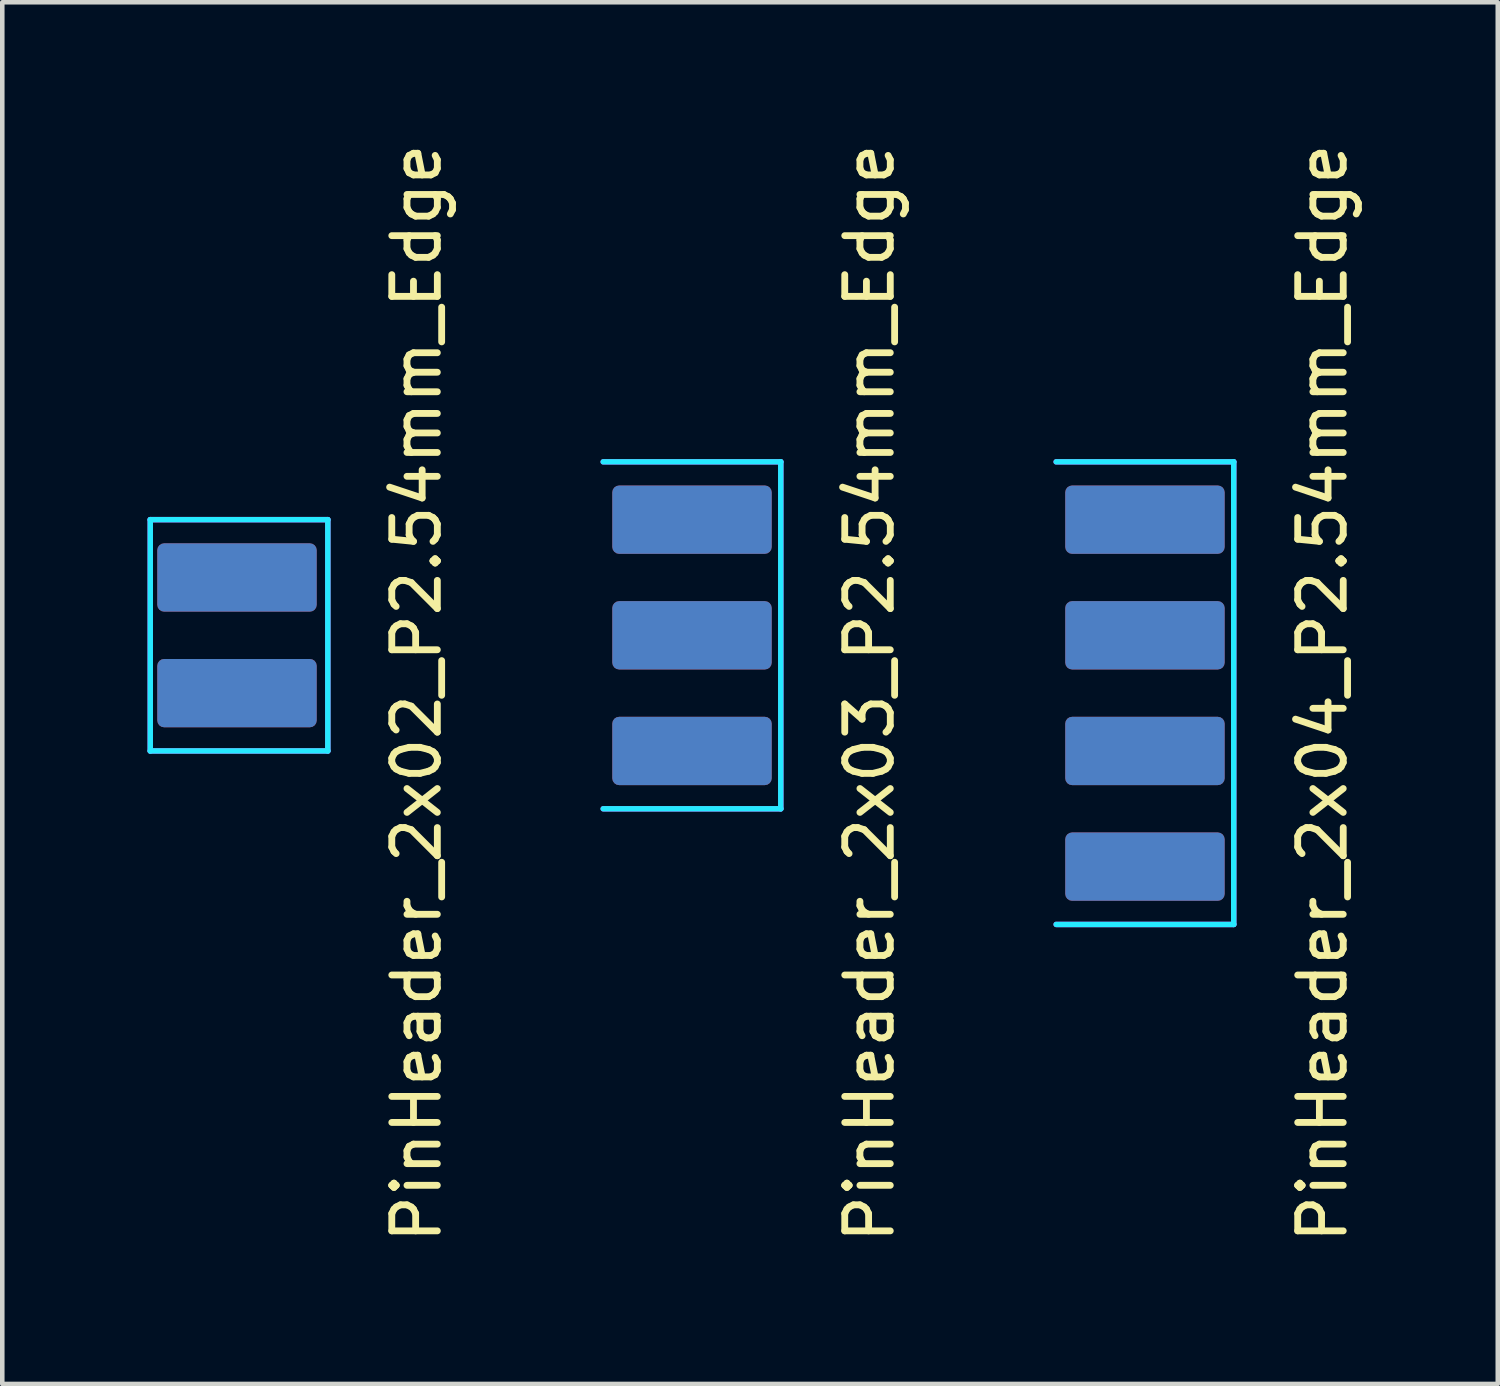
<source format=kicad_pcb>
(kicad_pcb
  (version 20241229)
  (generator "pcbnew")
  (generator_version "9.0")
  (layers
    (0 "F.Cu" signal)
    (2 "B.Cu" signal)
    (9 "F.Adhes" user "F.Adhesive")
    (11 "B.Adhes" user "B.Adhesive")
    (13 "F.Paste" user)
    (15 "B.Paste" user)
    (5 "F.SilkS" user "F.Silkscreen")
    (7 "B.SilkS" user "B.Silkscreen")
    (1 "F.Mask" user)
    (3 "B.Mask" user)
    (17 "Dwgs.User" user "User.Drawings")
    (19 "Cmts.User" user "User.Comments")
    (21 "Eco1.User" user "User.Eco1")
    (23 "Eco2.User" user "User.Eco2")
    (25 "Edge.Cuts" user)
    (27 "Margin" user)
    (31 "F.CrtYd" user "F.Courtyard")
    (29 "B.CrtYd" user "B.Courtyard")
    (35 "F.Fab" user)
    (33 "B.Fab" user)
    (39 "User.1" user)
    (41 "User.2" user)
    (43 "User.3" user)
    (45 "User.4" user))
  (footprint "PinHeader_2x03_P2.54mm_Edge"
    (layer "F.Cu")
    (at 10.198 10.903)
    (property "Reference" "PinHeader_2x03_P2.54mm_Edge" (at 5.85 1.27 90) (unlocked yes) (layer "F.SilkS") (effects (font (size 1 1) (thickness 0.15))))
    (attr smd)
    (fp_line (start 0 -3.81) (end 0 -5.08) (stroke (width 0.12) (type default)) (layer "Eco1.User"))
    (fp_line (start 0 5.08) (end 0 -5.08) (stroke (width 0.12) (type default)) (layer "Eco1.User"))
    (fp_line (start 0 -3.81) (end 3.9 -3.81) (stroke (width 0.12) (type default)) (layer "B.CrtYd"))
    (fp_line (start 3.9 -3.81) (end 3.9 3.81) (stroke (width 0.12) (type default)) (layer "B.CrtYd"))
    (fp_line (start 3.9 3.81) (end 0 3.81) (stroke (width 0.12) (type default)) (layer "B.CrtYd"))
    (fp_line (start 0 -3.81) (end 3.9 -3.81) (stroke (width 0.12) (type default)) (layer "F.CrtYd"))
    (fp_line (start 3.9 -3.81) (end 3.9 3.81) (stroke (width 0.12) (type default)) (layer "F.CrtYd"))
    (fp_line (start 3.9 3.81) (end 0 3.81) (stroke (width 0.12) (type default)) (layer "F.CrtYd"))
    (pad "1" smd roundrect (at 1.95 -2.54) (size 3.5 1.5) (layers "F.Cu" "F.Mask" "F.Paste") (roundrect_rratio 0.1))
    (pad "2" smd roundrect (at 1.95 -2.54) (size 3.5 1.5) (layers "B.Cu" "B.Mask" "B.Paste") (roundrect_rratio 0.1))
    (pad "3" smd roundrect (at 1.95 0) (size 3.5 1.5) (layers "F.Cu" "F.Mask" "F.Paste") (roundrect_rratio 0.1))
    (pad "4" smd roundrect (at 1.95 0) (size 3.5 1.5) (layers "B.Cu" "B.Mask" "B.Paste") (roundrect_rratio 0.1))
    (pad "5" smd roundrect (at 1.95 2.54) (size 3.5 1.5) (layers "F.Cu" "F.Mask" "F.Paste") (roundrect_rratio 0.1))
    (pad "6" smd roundrect (at 1.95 2.54) (size 3.5 1.5) (layers "B.Cu" "B.Mask" "B.Paste") (roundrect_rratio 0.1)))
  (footprint "PinHeader_2x04_P2.54mm_Edge"
    (layer "F.Cu")
    (at 20.146 12.173)
    (property "Reference" "PinHeader_2x04_P2.54mm_Edge" (at 5.85 0 90) (unlocked yes) (layer "F.SilkS") (effects (font (size 1 1) (thickness 0.15))))
    (attr smd)
    (fp_line (start 0 -5.08) (end 0 -6.35) (stroke (width 0.12) (type default)) (layer "Eco1.User"))
    (fp_line (start 0 -5.08) (end 0 5.08) (stroke (width 0.12) (type default)) (layer "Eco1.User"))
    (fp_line (start 0 5.08) (end 0 6.35) (stroke (width 0.12) (type default)) (layer "Eco1.User"))
    (fp_line (start 0 6.35) (end 0 -5.08) (stroke (width 0.12) (type default)) (layer "Eco1.User"))
    (fp_line (start 0 -5.08) (end 3.9 -5.08) (stroke (width 0.12) (type default)) (layer "B.CrtYd"))
    (fp_line (start 3.9 -5.08) (end 3.9 5.08) (stroke (width 0.12) (type default)) (layer "B.CrtYd"))
    (fp_line (start 3.9 5.08) (end 0 5.08) (stroke (width 0.12) (type default)) (layer "B.CrtYd"))
    (fp_line (start 0 -5.08) (end 3.9 -5.08) (stroke (width 0.12) (type default)) (layer "F.CrtYd"))
    (fp_line (start 3.9 -5.08) (end 3.9 5.08) (stroke (width 0.12) (type default)) (layer "F.CrtYd"))
    (fp_line (start 3.9 5.08) (end 0 5.08) (stroke (width 0.12) (type default)) (layer "F.CrtYd"))
    (pad "1" smd roundrect (at 1.95 -3.81) (size 3.5 1.5) (layers "F.Cu" "F.Mask" "F.Paste") (roundrect_rratio 0.1))
    (pad "2" smd roundrect (at 1.95 -3.81) (size 3.5 1.5) (layers "B.Cu" "B.Mask" "B.Paste") (roundrect_rratio 0.1))
    (pad "3" smd roundrect (at 1.95 -1.27) (size 3.5 1.5) (layers "F.Cu" "F.Mask" "F.Paste") (roundrect_rratio 0.1))
    (pad "4" smd roundrect (at 1.95 -1.27) (size 3.5 1.5) (layers "B.Cu" "B.Mask" "B.Paste") (roundrect_rratio 0.1))
    (pad "5" smd roundrect (at 1.95 1.27) (size 3.5 1.5) (layers "F.Cu" "F.Mask" "F.Paste") (roundrect_rratio 0.1))
    (pad "6" smd roundrect (at 1.95 1.27) (size 3.5 1.5) (layers "B.Cu" "B.Mask" "B.Paste") (roundrect_rratio 0.1))
    (pad "7" smd roundrect (at 1.95 3.81) (size 3.5 1.5) (layers "F.Cu" "F.Mask" "F.Paste") (roundrect_rratio 0.1))
    (pad "8" smd roundrect (at 1.95 3.81) (size 3.5 1.5) (layers "B.Cu" "B.Mask" "B.Paste") (roundrect_rratio 0.1)))
  (footprint "PinHeader_2x02_P2.54mm_Edge"
    (layer "F.Cu")
    (at 0.25 10.903)
    (property "Reference" "PinHeader_2x02_P2.54mm_Edge" (at 5.85 1.27 90) (unlocked yes) (layer "F.SilkS") (effects (font (size 1 1) (thickness 0.15))))
    (attr smd)
    (fp_line (start 0 3.81) (end 0 -3.81) (stroke (width 0.12) (type default)) (layer "Eco1.User"))
    (fp_line (start 0 -2.54) (end 3.9 -2.54) (stroke (width 0.12) (type default)) (layer "B.CrtYd"))
    (fp_line (start 0 2.54) (end 0 -2.54) (stroke (width 0.12) (type default)) (layer "B.CrtYd"))
    (fp_line (start 3.9 -2.54) (end 3.9 2.54) (stroke (width 0.12) (type default)) (layer "B.CrtYd"))
    (fp_line (start 3.9 2.54) (end 0 2.54) (stroke (width 0.12) (type default)) (layer "B.CrtYd"))
    (fp_line (start 0 -2.54) (end 0 2.54) (stroke (width 0.12) (type default)) (layer "F.CrtYd"))
    (fp_line (start 0 -2.54) (end 3.9 -2.54) (stroke (width 0.12) (type default)) (layer "F.CrtYd"))
    (fp_line (start 3.9 -2.54) (end 3.9 2.54) (stroke (width 0.12) (type default)) (layer "F.CrtYd"))
    (fp_line (start 3.9 2.54) (end 0 2.54) (stroke (width 0.12) (type default)) (layer "F.CrtYd"))
    (pad "1" smd roundrect (at 1.905 -1.27) (size 3.5 1.5) (layers "B.Cu" "B.Mask" "B.Paste") (roundrect_rratio 0.1))
    (pad "2" smd roundrect (at 1.905 -1.27) (size 3.5 1.5) (layers "F.Cu" "F.Mask" "F.Paste") (roundrect_rratio 0.1))
    (pad "3" smd roundrect (at 1.905 1.27) (size 3.5 1.5) (layers "B.Cu" "B.Mask" "B.Paste") (roundrect_rratio 0.1))
    (pad "4" smd roundrect (at 1.905 1.27) (size 3.5 1.5) (layers "F.Cu" "F.Mask" "F.Paste") (roundrect_rratio 0.1)))
  (gr_rect
    (start -3 -3)
    (end 29.845 27.345)
    (stroke (width 0.1) (type default))
    (fill no)
    (layer "Edge.Cuts")))
</source>
